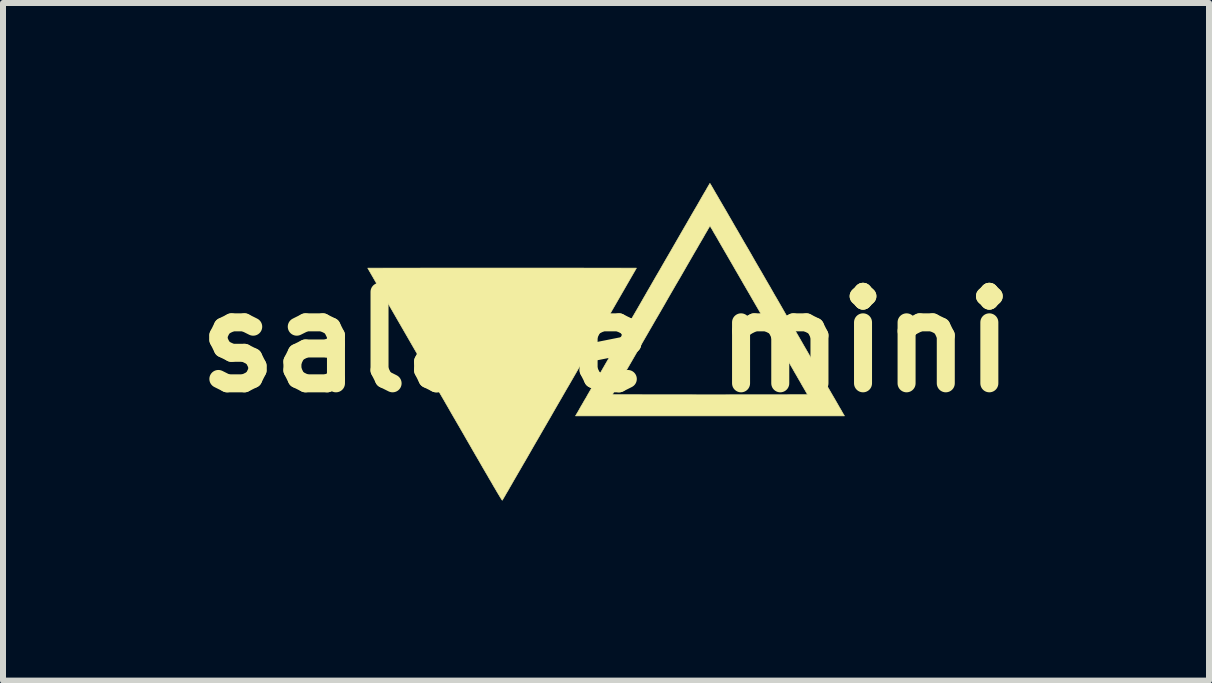
<source format=kicad_pcb>
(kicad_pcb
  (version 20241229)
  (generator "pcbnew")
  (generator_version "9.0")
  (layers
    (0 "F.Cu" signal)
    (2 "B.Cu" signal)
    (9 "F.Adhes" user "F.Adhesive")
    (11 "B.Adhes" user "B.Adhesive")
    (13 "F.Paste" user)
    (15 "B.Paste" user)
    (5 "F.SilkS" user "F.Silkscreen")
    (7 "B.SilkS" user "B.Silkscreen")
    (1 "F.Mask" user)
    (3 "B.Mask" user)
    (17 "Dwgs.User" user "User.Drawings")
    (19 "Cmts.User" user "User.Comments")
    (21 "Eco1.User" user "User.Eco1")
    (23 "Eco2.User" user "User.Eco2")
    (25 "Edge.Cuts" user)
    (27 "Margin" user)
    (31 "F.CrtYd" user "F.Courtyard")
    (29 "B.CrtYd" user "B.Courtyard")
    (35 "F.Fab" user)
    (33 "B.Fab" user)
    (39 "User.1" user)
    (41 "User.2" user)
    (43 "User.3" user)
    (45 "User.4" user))
  (footprint "salane mini"
    (layer "F.Cu")
    (at 7.047 2.647)
    (property "Reference" "salane mini" (at 0 0 0) (layer "F.SilkS") (effects (font (size 1.524 1.524) (thickness 0.3))))
    (attr through_hole)
    (fp_poly (pts (xy -1.634 -1.231) (xy -1.489 -1.231) (xy -1.345 -1.231) (xy -1.204 -1.231) (xy -1.067 -1.231) (xy -0.935 -1.231) (xy -0.808 -1.231) (xy -0.688 -1.231) (xy -0.613 -1.231) (xy 0.506 -1.23) (xy -0.607 0.699) (xy -0.676 0.817) (xy -0.743 0.934) (xy -0.81 1.049) (xy -0.875 1.162) (xy -0.938 1.272) (xy -1 1.379) (xy -1.061 1.484) (xy -1.119 1.585) (xy -1.176 1.683) (xy -1.231 1.778) (xy -1.283 1.869) (xy -1.333 1.956) (xy -1.381 2.038) (xy -1.426 2.116) (xy -1.469 2.19) (xy -1.509 2.259) (xy -1.546 2.323) (xy -1.579 2.381) (xy -1.61 2.434) (xy -1.637 2.482) (xy -1.662 2.523) (xy -1.682 2.559) (xy -1.699 2.588) (xy -1.712 2.61) (xy -1.721 2.626) (xy -1.726 2.635) (xy -1.727 2.636) (xy -1.728 2.637) (xy -1.729 2.637) (xy -1.73 2.636) (xy -1.732 2.634) (xy -1.735 2.63) (xy -1.738 2.626) (xy -1.742 2.62) (xy -1.747 2.612) (xy -1.753 2.602) (xy -1.761 2.59) (xy -1.769 2.576) (xy -1.779 2.559) (xy -1.791 2.54) (xy -1.804 2.518) (xy -1.819 2.493) (xy -1.835 2.465) (xy -1.854 2.433) (xy -1.875 2.398) (xy -1.897 2.359) (xy -1.922 2.316) (xy -1.95 2.269) (xy -1.979 2.218) (xy -2.012 2.162) (xy -2.047 2.102) (xy -2.085 2.036) (xy -2.125 1.966) (xy -2.169 1.891) (xy -2.216 1.81) (xy -2.265 1.724) (xy -2.319 1.631) (xy -2.375 1.533) (xy -2.435 1.429) (xy -2.499 1.319) (xy -2.567 1.202) (xy -2.638 1.078) (xy -2.713 0.948) (xy -2.793 0.811) (xy -2.852 0.708) (xy -3.97 -1.23) (xy -2.851 -1.231) (xy -2.736 -1.231) (xy -2.614 -1.231) (xy -2.485 -1.231) (xy -2.351 -1.231) (xy -2.212 -1.231) (xy -2.07 -1.231) (xy -1.926 -1.231) (xy -1.78 -1.231) (xy -1.634 -1.231)) (stroke (width 0.01) (type solid)) (fill yes) (layer "F.SilkS"))
    (fp_poly (pts (xy 1.733 -2.639) (xy 1.739 -2.628) (xy 1.75 -2.611) (xy 1.764 -2.587) (xy 1.782 -2.556) (xy 1.803 -2.519) (xy 1.828 -2.476) (xy 1.857 -2.427) (xy 1.888 -2.373) (xy 1.923 -2.313) (xy 1.961 -2.248) (xy 2.002 -2.178) (xy 2.045 -2.103) (xy 2.091 -2.024) (xy 2.139 -1.94) (xy 2.19 -1.853) (xy 2.243 -1.761) (xy 2.298 -1.665) (xy 2.356 -1.567) (xy 2.415 -1.465) (xy 2.475 -1.359) (xy 2.538 -1.251) (xy 2.602 -1.141) (xy 2.667 -1.028) (xy 2.734 -0.913) (xy 2.801 -0.795) (xy 2.841 -0.727) (xy 2.909 -0.609) (xy 2.976 -0.492) (xy 3.042 -0.378) (xy 3.107 -0.265) (xy 3.171 -0.155) (xy 3.233 -0.048) (xy 3.293 0.057) (xy 3.352 0.158) (xy 3.408 0.256) (xy 3.463 0.351) (xy 3.515 0.442) (xy 3.566 0.529) (xy 3.613 0.612) (xy 3.659 0.69) (xy 3.701 0.764) (xy 3.741 0.833) (xy 3.778 0.897) (xy 3.812 0.955) (xy 3.843 1.009) (xy 3.87 1.056) (xy 3.894 1.098) (xy 3.915 1.133) (xy 3.931 1.162) (xy 3.944 1.185) (xy 3.953 1.201) (xy 3.959 1.209) (xy 3.96 1.211) (xy 3.972 1.232) (xy -0.508 1.232) (xy -0.494 1.208) (xy -0.491 1.202) (xy -0.483 1.19) (xy -0.472 1.171) (xy -0.457 1.145) (xy -0.439 1.113) (xy -0.417 1.074) (xy -0.391 1.03) (xy -0.362 0.979) (xy -0.329 0.924) (xy -0.303 0.877) (xy 0.107 0.877) (xy 0.111 0.877) (xy 0.123 0.877) (xy 0.143 0.878) (xy 0.171 0.878) (xy 0.206 0.878) (xy 0.248 0.878) (xy 0.297 0.879) (xy 0.353 0.879) (xy 0.414 0.879) (xy 0.482 0.879) (xy 0.555 0.879) (xy 0.633 0.88) (xy 0.717 0.88) (xy 0.805 0.88) (xy 0.898 0.88) (xy 0.996 0.88) (xy 1.097 0.88) (xy 1.201 0.88) (xy 1.31 0.88) (xy 1.421 0.88) (xy 1.535 0.881) (xy 1.651 0.881) (xy 1.731 0.881) (xy 1.848 0.881) (xy 1.963 0.881) (xy 2.075 0.88) (xy 2.184 0.88) (xy 2.291 0.88) (xy 2.394 0.88) (xy 2.493 0.88) (xy 2.589 0.88) (xy 2.68 0.88) (xy 2.767 0.88) (xy 2.849 0.88) (xy 2.926 0.88) (xy 2.998 0.88) (xy 3.064 0.879) (xy 3.124 0.879) (xy 3.178 0.879) (xy 3.225 0.879) (xy 3.266 0.879) (xy 3.299 0.879) (xy 3.326 0.878) (xy 3.344 0.878) (xy 3.355 0.878) (xy 3.357 0.878) (xy 3.355 0.874) (xy 3.349 0.863) (xy 3.339 0.845) (xy 3.325 0.821) (xy 3.308 0.791) (xy 3.287 0.755) (xy 3.263 0.714) (xy 3.237 0.667) (xy 3.207 0.616) (xy 3.175 0.56) (xy 3.14 0.5) (xy 3.103 0.435) (xy 3.064 0.367) (xy 3.023 0.296) (xy 2.98 0.222) (xy 2.935 0.145) (xy 2.889 0.065) (xy 2.842 -0.016) (xy 2.794 -0.1) (xy 2.745 -0.185) (xy 2.695 -0.271) (xy 2.645 -0.358) (xy 2.595 -0.445) (xy 2.544 -0.533) (xy 2.493 -0.621) (xy 2.442 -0.709) (xy 2.392 -0.796) (xy 2.342 -0.882) (xy 2.293 -0.966) (xy 2.245 -1.05) (xy 2.198 -1.131) (xy 2.152 -1.21) (xy 2.108 -1.287) (xy 2.065 -1.361) (xy 2.024 -1.432) (xy 1.985 -1.499) (xy 1.948 -1.563) (xy 1.913 -1.623) (xy 1.881 -1.679) (xy 1.852 -1.73) (xy 1.825 -1.776) (xy 1.801 -1.816) (xy 1.781 -1.852) (xy 1.764 -1.881) (xy 1.75 -1.904) (xy 1.74 -1.921) (xy 1.734 -1.932) (xy 1.732 -1.935) (xy 1.73 -1.931) (xy 1.724 -1.92) (xy 1.713 -1.903) (xy 1.699 -1.879) (xy 1.682 -1.849) (xy 1.661 -1.814) (xy 1.637 -1.772) (xy 1.611 -1.726) (xy 1.581 -1.675) (xy 1.548 -1.619) (xy 1.514 -1.559) (xy 1.476 -1.495) (xy 1.437 -1.427) (xy 1.396 -1.356) (xy 1.353 -1.282) (xy 1.309 -1.205) (xy 1.263 -1.125) (xy 1.216 -1.044) (xy 1.167 -0.961) (xy 1.118 -0.876) (xy 1.068 -0.79) (xy 1.018 -0.703) (xy 0.968 -0.615) (xy 0.917 -0.527) (xy 0.866 -0.439) (xy 0.815 -0.352) (xy 0.765 -0.265) (xy 0.715 -0.179) (xy 0.666 -0.094) (xy 0.618 -0.011) (xy 0.571 0.071) (xy 0.525 0.15) (xy 0.481 0.227) (xy 0.438 0.301) (xy 0.397 0.372) (xy 0.358 0.439) (xy 0.321 0.503) (xy 0.287 0.563) (xy 0.255 0.619) (xy 0.225 0.67) (xy 0.199 0.716) (xy 0.175 0.757) (xy 0.155 0.793) (xy 0.138 0.822) (xy 0.124 0.846) (xy 0.114 0.863) (xy 0.108 0.874) (xy 0.107 0.877) (xy -0.303 0.877) (xy -0.294 0.862) (xy -0.256 0.796) (xy -0.214 0.724) (xy -0.171 0.648) (xy -0.124 0.568) (xy -0.075 0.483) (xy -0.024 0.394) (xy 0.03 0.301) (xy 0.086 0.205) (xy 0.143 0.105) (xy 0.203 0.002) (xy 0.264 -0.104) (xy 0.326 -0.212) (xy 0.391 -0.323) (xy 0.456 -0.437) (xy 0.523 -0.552) (xy 0.591 -0.67) (xy 0.624 -0.728) (xy 0.692 -0.846) (xy 0.759 -0.962) (xy 0.825 -1.077) (xy 0.89 -1.188) (xy 0.953 -1.298) (xy 1.015 -1.405) (xy 1.075 -1.508) (xy 1.133 -1.609) (xy 1.189 -1.706) (xy 1.243 -1.8) (xy 1.295 -1.89) (xy 1.345 -1.976) (xy 1.392 -2.058) (xy 1.437 -2.136) (xy 1.479 -2.208) (xy 1.519 -2.276) (xy 1.555 -2.339) (xy 1.588 -2.397) (xy 1.618 -2.449) (xy 1.645 -2.495) (xy 1.669 -2.535) (xy 1.688 -2.57) (xy 1.705 -2.598) (xy 1.717 -2.619) (xy 1.726 -2.634) (xy 1.73 -2.641) (xy 1.731 -2.642) (xy 1.733 -2.639)) (stroke (width 0.01) (type solid)) (fill yes) (layer "F.SilkS")))
  (gr_rect
    (start -3 -3)
    (end 17.093 8.289)
    (stroke (width 0.1) (type default))
    (fill no)
    (layer "Edge.Cuts")))
</source>
